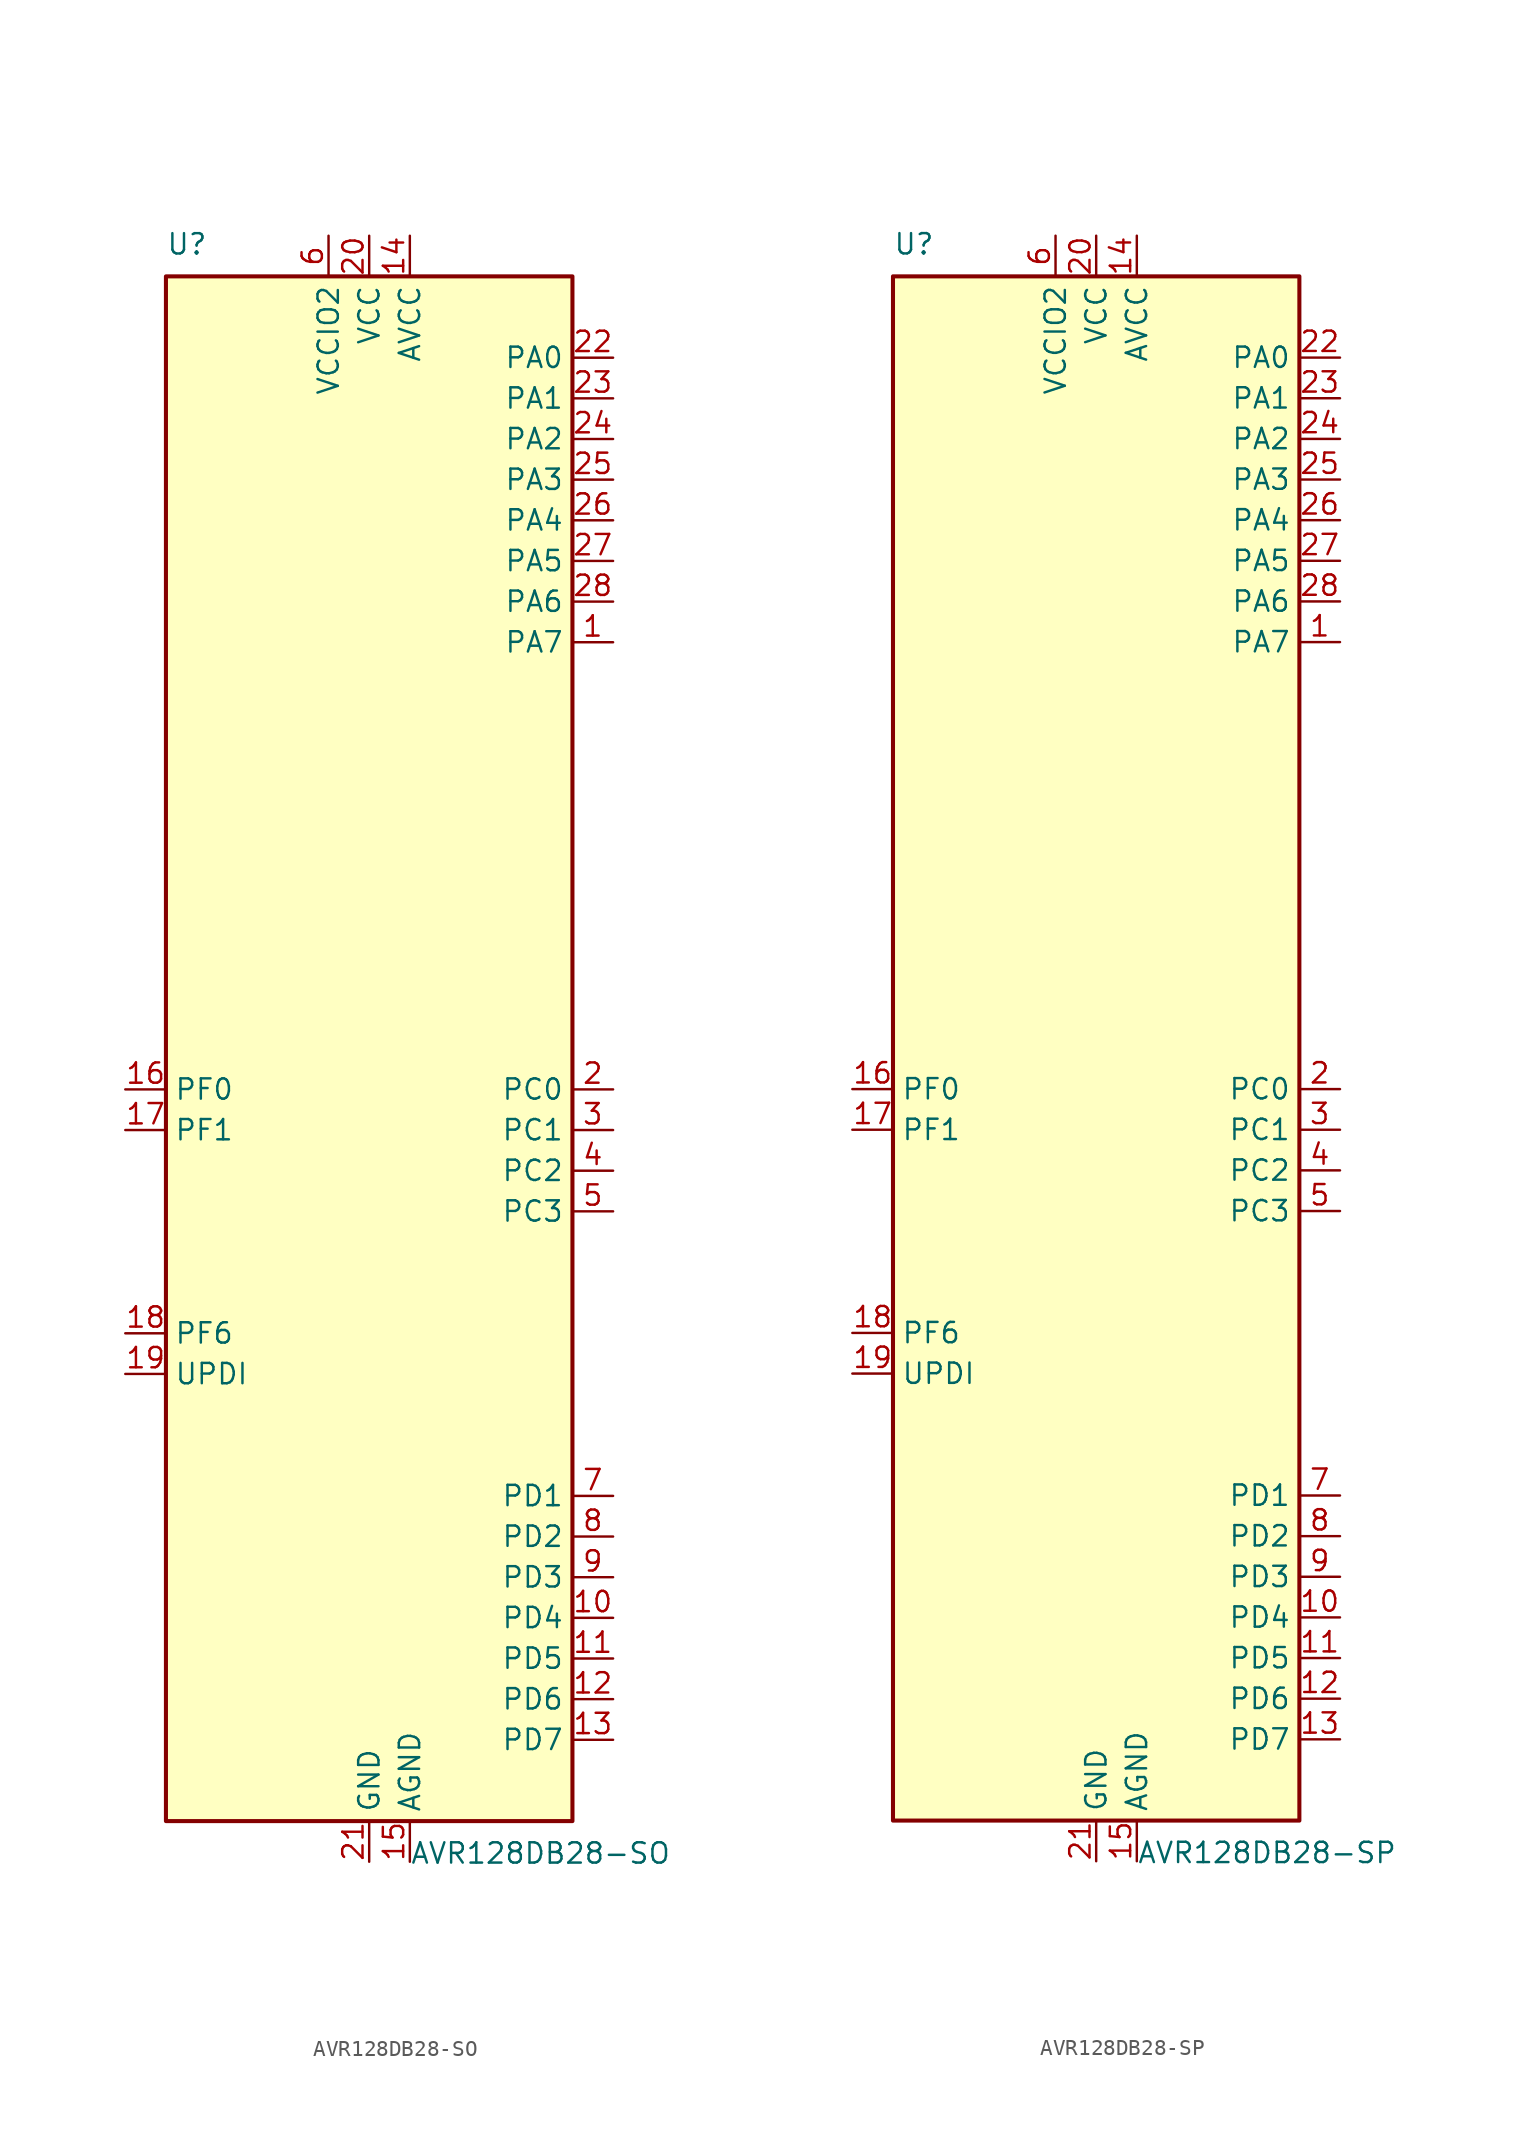
<source format=kicad_sym>
(kicad_symbol_lib
  (version 20211014)
  (generator kicad_symbol_editor)
  (symbol "AVR128DB28-SO"
    (property "Reference" "U"
      (at -12.7 49.53 0)
      (effects (font (size 1.27 1.27)) (justify left bottom)))
    (property "Value" "AVR128DB28-SO"
      (at 2.54 -49.53 0)
      (effects (font (size 1.27 1.27)) (justify left top)))
    (symbol "AVR128DB28-SO_0_1"
      (rectangle (start -12.7 -48.26) (end 12.7 48.26) (stroke (width 0.254) (type default) (color 0 0 0 0)) (fill (type background))))
    (symbol "AVR128DB28-SO_1_1"
      (pin bidirectional line (at 15.24 25.4 180) (length 2.54) (name "PA7" (effects (font (size 1.27 1.27)))) (number "1" (effects (font (size 1.27 1.27)))) (alternate "AC0-OUT" output line) (alternate "AC1-OUT" output line) (alternate "AC2-OUT" output line) (alternate "CLKOUT" output line) (alternate "EVOUTA(1)" output line) (alternate "SPI0-~{SS}" bidirectional line) (alternate "TCD0-WOD" output line) (alternate "USART0-XDIR(1)" output line) (alternate "ZCD0-OUT" output line) (alternate "ZCD1-OUT" output line) (alternate "ZDC2-OUT" output line))
      (pin bidirectional line (at 15.24 -35.56 180) (length 2.54) (name "PD4" (effects (font (size 1.27 1.27)))) (number "10" (effects (font (size 1.27 1.27)))) (alternate "AC1-AINP2" input line) (alternate "AC2-AINP1" input line) (alternate "ADC0-AIN4" input line) (alternate "OP1-INP" input line) (alternate "TCA0-WO4(3)" output line))
      (pin bidirectional line (at 15.24 -38.1 180) (length 2.54) (name "PD5" (effects (font (size 1.27 1.27)))) (number "11" (effects (font (size 1.27 1.27)))) (alternate "AC1-AINN0" input line) (alternate "ADC0-AIN5" input line) (alternate "OP1-OUT" output line) (alternate "TCA0-WO5(3)" output line))
      (pin bidirectional line (at 15.24 -40.64 180) (length 2.54) (name "PD6" (effects (font (size 1.27 1.27)))) (number "12" (effects (font (size 1.27 1.27)))) (alternate "AC0-AINP3" input line) (alternate "AC1-AINP3" input line) (alternate "AC2-AINP3" input line) (alternate "ADC0-AIN6" input line) (alternate "DAC0-OUT" output line) (alternate "LUT2-OUT(1)" output line))
      (pin bidirectional line (at 15.24 -43.18 180) (length 2.54) (name "PD7" (effects (font (size 1.27 1.27)))) (number "13" (effects (font (size 1.27 1.27)))) (alternate "AC0-AINN2" input line) (alternate "AC1-AINN2" input line) (alternate "AC2-AINN0/2" input line) (alternate "ADC0-AIN7" input line) (alternate "EVOUTD(1)" output line) (alternate "OP1-INN" input line) (alternate "VREFA" input line))
      (pin power_in line (at 2.54 50.8 270) (length 2.54) (name "AVCC" (effects (font (size 1.27 1.27)))) (number "14" (effects (font (size 1.27 1.27)))))
      (pin power_in line (at 2.54 -50.8 90) (length 2.54) (name "AGND" (effects (font (size 1.27 1.27)))) (number "15" (effects (font (size 1.27 1.27)))))
      (pin bidirectional line (at -15.24 -2.54 0) (length 2.54) (name "PF0" (effects (font (size 1.27 1.27)))) (number "16" (effects (font (size 1.27 1.27)))) (alternate "ADC0-AIN16(P)" input line) (alternate "LUT3-IN0" input line) (alternate "TCA0-WO0(5)" output line) (alternate "TCD0-WOA(2)" output line) (alternate "USART2-TXD" bidirectional line) (alternate "XTAL32K1" passive line))
      (pin bidirectional line (at -15.24 -5.08 0) (length 2.54) (name "PF1" (effects (font (size 1.27 1.27)))) (number "17" (effects (font (size 1.27 1.27)))) (alternate "ADC0-AIN17(P)" input line) (alternate "LUT3-IN1" input line) (alternate "TCA0-WO1(5)" output line) (alternate "TCD0-WOB(2)" output line) (alternate "USART2-RXD" input line) (alternate "XTAL32K2" passive line))
      (pin input line (at -15.24 -17.78 0) (length 2.54) (name "PF6" (effects (font (size 1.27 1.27)))) (number "18" (effects (font (size 1.27 1.27)))) (alternate "~{RESET}" input line))
      (pin bidirectional line (at -15.24 -20.32 0) (length 2.54) (name "UPDI" (effects (font (size 1.27 1.27)))) (number "19" (effects (font (size 1.27 1.27)))))
      (pin bidirectional line (at 15.24 -2.54 180) (length 2.54) (name "PC0" (effects (font (size 1.27 1.27)))) (number "2" (effects (font (size 1.27 1.27)))) (alternate "LUT1-IN0" input line) (alternate "SPI1-MOSI" bidirectional line) (alternate "TCA0-WO0(2)" output line) (alternate "TCB2-WO" output line) (alternate "USART1-TXD" bidirectional line))
      (pin power_in line (at 0 50.8 270) (length 2.54) (name "VCC" (effects (font (size 1.27 1.27)))) (number "20" (effects (font (size 1.27 1.27)))))
      (pin power_in line (at 0 -50.8 90) (length 2.54) (name "GND" (effects (font (size 1.27 1.27)))) (number "21" (effects (font (size 1.27 1.27)))))
      (pin bidirectional line (at 15.24 43.18 180) (length 2.54) (name "PA0" (effects (font (size 1.27 1.27)))) (number "22" (effects (font (size 1.27 1.27)))) (alternate "EXTCLK" input clock) (alternate "LUT0-IN0" input line) (alternate "TCA0-WO0" output line) (alternate "USART0-TXD" bidirectional line) (alternate "XTALHF1" passive line))
      (pin bidirectional line (at 15.24 40.64 180) (length 2.54) (name "PA1" (effects (font (size 1.27 1.27)))) (number "23" (effects (font (size 1.27 1.27)))) (alternate "LUT0-IN1" input line) (alternate "TCA0-WO1" output line) (alternate "USART0-RXD" input line) (alternate "XTALHF2" passive clock))
      (pin bidirectional line (at 15.24 38.1 180) (length 2.54) (name "PA2" (effects (font (size 1.27 1.27)))) (number "24" (effects (font (size 1.27 1.27)))) (alternate "EVOUTA" output line) (alternate "LUT0-IN2" input line) (alternate "TCA0-WO2" output line) (alternate "TCB0-WO" output line) (alternate "TWI0-SDA(MS)" bidirectional line) (alternate "USART0-XCK" bidirectional line))
      (pin bidirectional line (at 15.24 35.56 180) (length 2.54) (name "PA3" (effects (font (size 1.27 1.27)))) (number "25" (effects (font (size 1.27 1.27)))) (alternate "LUT0-OUT" output line) (alternate "TCA0-WO3" output line) (alternate "TCB1-WO" output line) (alternate "TWI0-SCL(MS)" bidirectional line) (alternate "USART0-XDIR" output line))
      (pin bidirectional line (at 15.24 33.02 180) (length 2.54) (name "PA4" (effects (font (size 1.27 1.27)))) (number "26" (effects (font (size 1.27 1.27)))) (alternate "SPI0-MOSI" bidirectional line) (alternate "TCA0-WO4" output line) (alternate "TCD0-WOA" output line) (alternate "USART0-TXD(1)" bidirectional line))
      (pin bidirectional line (at 15.24 30.48 180) (length 2.54) (name "PA5" (effects (font (size 1.27 1.27)))) (number "27" (effects (font (size 1.27 1.27)))) (alternate "SPI0-MISO" bidirectional line) (alternate "TCA0-WO5" output line) (alternate "TCD0-WOB" output line) (alternate "USART0-RXD(1)" input line))
      (pin bidirectional line (at 15.24 27.94 180) (length 2.54) (name "PA6" (effects (font (size 1.27 1.27)))) (number "28" (effects (font (size 1.27 1.27)))) (alternate "LUT0-OUT(1)" output line) (alternate "SPI0-SCK" bidirectional line) (alternate "TCD0-WOC" output line) (alternate "USART0-XCK(1)" bidirectional line))
      (pin bidirectional line (at 15.24 -5.08 180) (length 2.54) (name "PC1" (effects (font (size 1.27 1.27)))) (number "3" (effects (font (size 1.27 1.27)))) (alternate "LUT1-IN1" input line) (alternate "SPI1-MISO" bidirectional line) (alternate "TCA0-WO1(2)" output line) (alternate "TCB3-WO(1)" output line) (alternate "USART1-RXD" input line))
      (pin bidirectional line (at 15.24 -7.62 180) (length 2.54) (name "PC2" (effects (font (size 1.27 1.27)))) (number "4" (effects (font (size 1.27 1.27)))) (alternate "EVOUTC" output line) (alternate "LUT1-IN2" input line) (alternate "SPI1-SCK" bidirectional line) (alternate "TCA-WO2(2)" output line) (alternate "TWI0-SDA(MS+)(0,2)" bidirectional line) (alternate "USART1-XCK" bidirectional line))
      (pin bidirectional line (at 15.24 -10.16 180) (length 2.54) (name "PC3" (effects (font (size 1.27 1.27)))) (number "5" (effects (font (size 1.27 1.27)))) (alternate "LUT1-OUT" output line) (alternate "SPI1-~{SS}" bidirectional line) (alternate "TCA0-WO3(2)" output line) (alternate "TWI0-SCL(MS)(0,2" bidirectional line) (alternate "USART1-XDIR" output line))
      (pin power_in line (at -2.54 50.8 270) (length 2.54) (name "VCCIO2" (effects (font (size 1.27 1.27)))) (number "6" (effects (font (size 1.27 1.27)))))
      (pin bidirectional line (at 15.24 -27.94 180) (length 2.54) (name "PD1" (effects (font (size 1.27 1.27)))) (number "7" (effects (font (size 1.27 1.27)))) (alternate "ADC0-AIN1" input line) (alternate "LUT2-IN1" input line) (alternate "OP0-INP" input line) (alternate "TCA0-WO1(3)" output line) (alternate "ZCD0-ZCIN" input line))
      (pin bidirectional line (at 15.24 -30.48 180) (length 2.54) (name "PD2" (effects (font (size 1.27 1.27)))) (number "8" (effects (font (size 1.27 1.27)))) (alternate "AC0-AINP0" input line) (alternate "AC1-AINP0" input line) (alternate "AC2-AINP0" input line) (alternate "ADC0-AIN2" input line) (alternate "EVOUTD" output line) (alternate "LUT2-IN2" input line) (alternate "OP0-OUT" output line) (alternate "TCA0-WO2(3)" output line))
      (pin bidirectional line (at 15.24 -33.02 180) (length 2.54) (name "PD3" (effects (font (size 1.27 1.27)))) (number "9" (effects (font (size 1.27 1.27)))) (alternate "AC0-AINN0" input line) (alternate "AC1-AINP1" input line) (alternate "ADC0-AIN3" input line) (alternate "LUT2-OUT" output line) (alternate "OP0-INN" input line) (alternate "TCA0-WO3(3)" output line))))
  (symbol "AVR128DB28-SP"
    (property "Reference" "U"
      (at -12.7 49.53 0)
      (effects (font (size 1.27 1.27)) (justify left bottom)))
    (property "Value" "AVR128DB28-SP"
      (at 2.54 -49.53 0)
      (effects (font (size 1.27 1.27)) (justify left top)))
    (symbol "AVR128DB28-SP_0_1"
      (rectangle (start -12.7 -48.26) (end 12.7 48.26) (stroke (width 0.254) (type default) (color 0 0 0 0)) (fill (type background))))
    (symbol "AVR128DB28-SP_1_1"
      (pin bidirectional line (at 15.24 25.4 180) (length 2.54) (name "PA7" (effects (font (size 1.27 1.27)))) (number "1" (effects (font (size 1.27 1.27)))) (alternate "AC0-OUT" output line) (alternate "AC1-OUT" output line) (alternate "AC2-OUT" output line) (alternate "CLKOUT" output line) (alternate "EVOUTA(1)" output line) (alternate "SPI0-~{SS}" bidirectional line) (alternate "TCD0-WOD" output line) (alternate "USART0-XDIR(1)" output line) (alternate "ZCD0-OUT" output line) (alternate "ZCD1-OUT" output line) (alternate "ZDC2-OUT" output line))
      (pin bidirectional line (at 15.24 -35.56 180) (length 2.54) (name "PD4" (effects (font (size 1.27 1.27)))) (number "10" (effects (font (size 1.27 1.27)))) (alternate "AC1-AINP2" input line) (alternate "AC2-AINP1" input line) (alternate "ADC0-AIN4" input line) (alternate "OP1-INP" input line) (alternate "TCA0-WO4(3)" output line))
      (pin bidirectional line (at 15.24 -38.1 180) (length 2.54) (name "PD5" (effects (font (size 1.27 1.27)))) (number "11" (effects (font (size 1.27 1.27)))) (alternate "AC1-AINN0" input line) (alternate "ADC0-AIN5" input line) (alternate "OP1-OUT" output line) (alternate "TCA0-WO5(3)" output line))
      (pin bidirectional line (at 15.24 -40.64 180) (length 2.54) (name "PD6" (effects (font (size 1.27 1.27)))) (number "12" (effects (font (size 1.27 1.27)))) (alternate "AC0-AINP3" input line) (alternate "AC1-AINP3" input line) (alternate "AC2-AINP3" input line) (alternate "ADC0-AIN6" input line) (alternate "DAC0-OUT" output line) (alternate "LUT2-OUT(1)" output line))
      (pin bidirectional line (at 15.24 -43.18 180) (length 2.54) (name "PD7" (effects (font (size 1.27 1.27)))) (number "13" (effects (font (size 1.27 1.27)))) (alternate "AC0-AINN2" input line) (alternate "AC1-AINN2" input line) (alternate "AC2-AINN0/2" input line) (alternate "ADC0-AIN7" input line) (alternate "EVOUTD(1)" output line) (alternate "OP1-INN" input line) (alternate "VREFA" input line))
      (pin power_in line (at 2.54 50.8 270) (length 2.54) (name "AVCC" (effects (font (size 1.27 1.27)))) (number "14" (effects (font (size 1.27 1.27)))))
      (pin power_in line (at 2.54 -50.8 90) (length 2.54) (name "AGND" (effects (font (size 1.27 1.27)))) (number "15" (effects (font (size 1.27 1.27)))))
      (pin bidirectional line (at -15.24 -2.54 0) (length 2.54) (name "PF0" (effects (font (size 1.27 1.27)))) (number "16" (effects (font (size 1.27 1.27)))) (alternate "ADC0-AIN16(P)" input line) (alternate "LUT3-IN0" input line) (alternate "TCA0-WO0(5)" output line) (alternate "TCD0-WOA(2)" output line) (alternate "USART2-TXD" bidirectional line) (alternate "XTAL32K1" passive line))
      (pin bidirectional line (at -15.24 -5.08 0) (length 2.54) (name "PF1" (effects (font (size 1.27 1.27)))) (number "17" (effects (font (size 1.27 1.27)))) (alternate "ADC0-AIN17(P)" input line) (alternate "LUT3-IN1" input line) (alternate "TCA0-WO1(5)" output line) (alternate "TCD0-WOB(2)" output line) (alternate "USART2-RXD" input line) (alternate "XTAL32K2" passive line))
      (pin input line (at -15.24 -17.78 0) (length 2.54) (name "PF6" (effects (font (size 1.27 1.27)))) (number "18" (effects (font (size 1.27 1.27)))) (alternate "~{RESET}" input line))
      (pin bidirectional line (at -15.24 -20.32 0) (length 2.54) (name "UPDI" (effects (font (size 1.27 1.27)))) (number "19" (effects (font (size 1.27 1.27)))))
      (pin bidirectional line (at 15.24 -2.54 180) (length 2.54) (name "PC0" (effects (font (size 1.27 1.27)))) (number "2" (effects (font (size 1.27 1.27)))) (alternate "LUT1-IN0" input line) (alternate "SPI1-MOSI" bidirectional line) (alternate "TCA0-WO0(2)" output line) (alternate "TCB2-WO" output line) (alternate "USART1-TXD" bidirectional line))
      (pin power_in line (at 0 50.8 270) (length 2.54) (name "VCC" (effects (font (size 1.27 1.27)))) (number "20" (effects (font (size 1.27 1.27)))))
      (pin power_in line (at 0 -50.8 90) (length 2.54) (name "GND" (effects (font (size 1.27 1.27)))) (number "21" (effects (font (size 1.27 1.27)))))
      (pin bidirectional line (at 15.24 43.18 180) (length 2.54) (name "PA0" (effects (font (size 1.27 1.27)))) (number "22" (effects (font (size 1.27 1.27)))) (alternate "EXTCLK" input clock) (alternate "LUT0-IN0" input line) (alternate "TCA0-WO0" output line) (alternate "USART0-TXD" bidirectional line) (alternate "XTALHF1" passive line))
      (pin bidirectional line (at 15.24 40.64 180) (length 2.54) (name "PA1" (effects (font (size 1.27 1.27)))) (number "23" (effects (font (size 1.27 1.27)))) (alternate "LUT0-IN1" input line) (alternate "TCA0-WO1" output line) (alternate "USART0-RXD" input line) (alternate "XTALHF2" passive clock))
      (pin bidirectional line (at 15.24 38.1 180) (length 2.54) (name "PA2" (effects (font (size 1.27 1.27)))) (number "24" (effects (font (size 1.27 1.27)))) (alternate "EVOUTA" output line) (alternate "LUT0-IN2" input line) (alternate "TCA0-WO2" output line) (alternate "TCB0-WO" output line) (alternate "TWI0-SDA(MS)" bidirectional line) (alternate "USART0-XCK" bidirectional line))
      (pin bidirectional line (at 15.24 35.56 180) (length 2.54) (name "PA3" (effects (font (size 1.27 1.27)))) (number "25" (effects (font (size 1.27 1.27)))) (alternate "LUT0-OUT" output line) (alternate "TCA0-WO3" output line) (alternate "TCB1-WO" output line) (alternate "TWI0-SCL(MS)" bidirectional line) (alternate "USART0-XDIR" output line))
      (pin bidirectional line (at 15.24 33.02 180) (length 2.54) (name "PA4" (effects (font (size 1.27 1.27)))) (number "26" (effects (font (size 1.27 1.27)))) (alternate "SPI0-MOSI" bidirectional line) (alternate "TCA0-WO4" output line) (alternate "TCD0-WOA" output line) (alternate "USART0-TXD(1)" bidirectional line))
      (pin bidirectional line (at 15.24 30.48 180) (length 2.54) (name "PA5" (effects (font (size 1.27 1.27)))) (number "27" (effects (font (size 1.27 1.27)))) (alternate "SPI0-MISO" bidirectional line) (alternate "TCA0-WO5" output line) (alternate "TCD0-WOB" output line) (alternate "USART0-RXD(1)" input line))
      (pin bidirectional line (at 15.24 27.94 180) (length 2.54) (name "PA6" (effects (font (size 1.27 1.27)))) (number "28" (effects (font (size 1.27 1.27)))) (alternate "LUT0-OUT(1)" output line) (alternate "SPI0-SCK" bidirectional line) (alternate "TCD0-WOC" output line) (alternate "USART0-XCK(1)" bidirectional line))
      (pin bidirectional line (at 15.24 -5.08 180) (length 2.54) (name "PC1" (effects (font (size 1.27 1.27)))) (number "3" (effects (font (size 1.27 1.27)))) (alternate "LUT1-IN1" input line) (alternate "SPI1-MISO" bidirectional line) (alternate "TCA0-WO1(2)" output line) (alternate "TCB3-WO(1)" output line) (alternate "USART1-RXD" input line))
      (pin bidirectional line (at 15.24 -7.62 180) (length 2.54) (name "PC2" (effects (font (size 1.27 1.27)))) (number "4" (effects (font (size 1.27 1.27)))) (alternate "EVOUTC" output line) (alternate "LUT1-IN2" input line) (alternate "SPI1-SCK" bidirectional line) (alternate "TCA-WO2(2)" output line) (alternate "TWI0-SDA(MS+)(0,2)" bidirectional line) (alternate "USART1-XCK" bidirectional line))
      (pin bidirectional line (at 15.24 -10.16 180) (length 2.54) (name "PC3" (effects (font (size 1.27 1.27)))) (number "5" (effects (font (size 1.27 1.27)))) (alternate "LUT1-OUT" output line) (alternate "SPI1-~{SS}" bidirectional line) (alternate "TCA0-WO3(2)" output line) (alternate "TWI0-SCL(MS)(0,2" bidirectional line) (alternate "USART1-XDIR" output line))
      (pin power_in line (at -2.54 50.8 270) (length 2.54) (name "VCCIO2" (effects (font (size 1.27 1.27)))) (number "6" (effects (font (size 1.27 1.27)))))
      (pin bidirectional line (at 15.24 -27.94 180) (length 2.54) (name "PD1" (effects (font (size 1.27 1.27)))) (number "7" (effects (font (size 1.27 1.27)))) (alternate "ADC0-AIN1" input line) (alternate "LUT2-IN1" input line) (alternate "OP0-INP" input line) (alternate "TCA0-WO1(3)" output line) (alternate "ZCD0-ZCIN" input line))
      (pin bidirectional line (at 15.24 -30.48 180) (length 2.54) (name "PD2" (effects (font (size 1.27 1.27)))) (number "8" (effects (font (size 1.27 1.27)))) (alternate "AC0-AINP0" input line) (alternate "AC1-AINP0" input line) (alternate "AC2-AINP0" input line) (alternate "ADC0-AIN2" input line) (alternate "EVOUTD" output line) (alternate "LUT2-IN2" input line) (alternate "OP0-OUT" output line) (alternate "TCA0-WO2(3)" output line))
      (pin bidirectional line (at 15.24 -33.02 180) (length 2.54) (name "PD3" (effects (font (size 1.27 1.27)))) (number "9" (effects (font (size 1.27 1.27)))) (alternate "AC0-AINN0" input line) (alternate "AC1-AINP1" input line) (alternate "ADC0-AIN3" input line) (alternate "LUT2-OUT" output line) (alternate "OP0-INN" input line) (alternate "TCA0-WO3(3)" output line)))))
</source>
